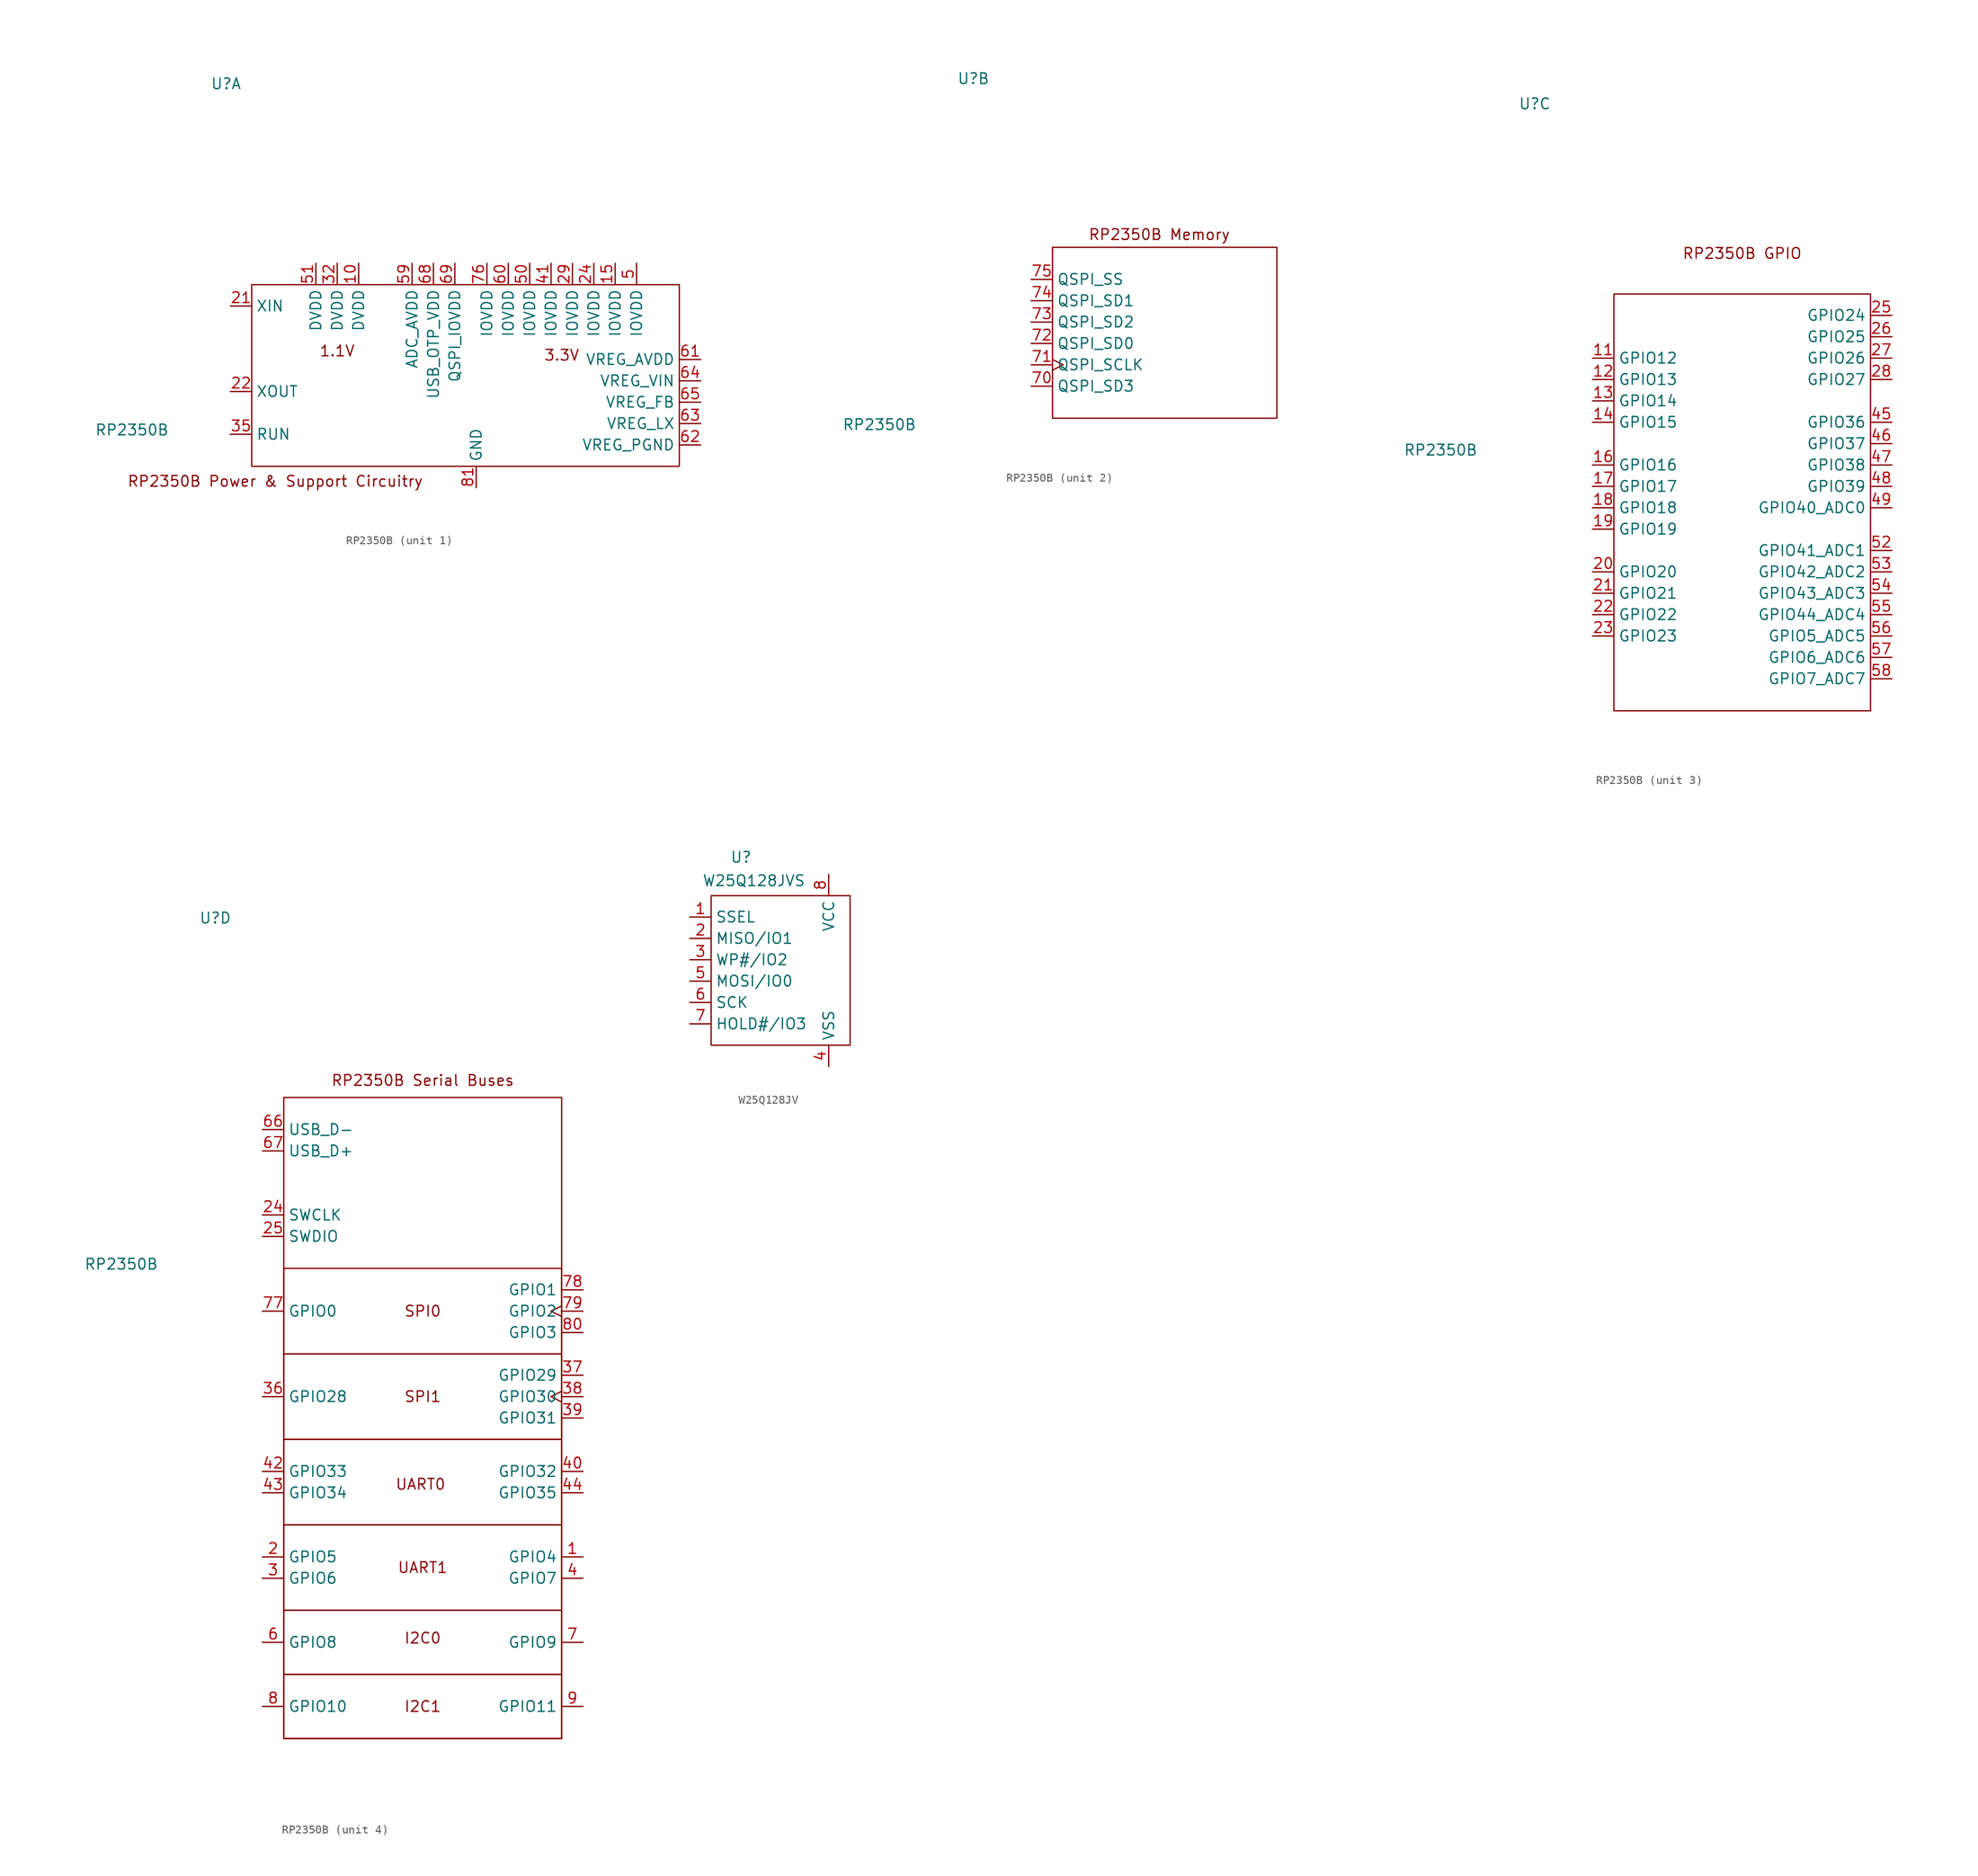
<source format=kicad_sym>
(kicad_symbol_lib
  (version 20241209)
  (generator "kicad_symbol_editor")
  (generator_version "9.0")
  (symbol "RP2350B"
    (property "Reference" "U"
      (at -24.638 30.226 0)
      (effects (font (size 1.27 1.27))))
    (property "Value" "RP2350B"
      (at -35.814 -10.922 0)
      (effects (font (size 1.27 1.27))))
    (property "ki_locked" ""
      (at 0 0 0)
      (effects (font (size 1.27 1.27))))
    (symbol "RP2350B_1_1"
      (rectangle (start -21.59 6.35) (end 29.21 -15.24) (stroke (width 0) (type default)) (fill (type none)))
      (text "RP2350B Power & Support Circuitry" (at -18.796 -17.018 0) (effects (font (size 1.27 1.27))))
      (text "1.1V" (at -11.43 -1.524 0) (effects (font (size 1.27 1.27))))
      (text "3.3V" (at 15.24 -2.032 0) (effects (font (size 1.27 1.27))))
      (pin input line (at -24.13 3.81 0) (length 2.54) (name "XIN" (effects (font (size 1.27 1.27)))) (number "21" (effects (font (size 1.27 1.27)))))
      (pin output line (at -24.13 -6.35 0) (length 2.54) (name "XOUT" (effects (font (size 1.27 1.27)))) (number "22" (effects (font (size 1.27 1.27)))))
      (pin power_in line (at -24.13 -11.43 0) (length 2.54) (name "RUN" (effects (font (size 1.27 1.27)))) (number "35" (effects (font (size 1.27 1.27)))))
      (pin power_in line (at -13.97 8.89 270) (length 2.54) (name "DVDD" (effects (font (size 1.27 1.27)))) (number "51" (effects (font (size 1.27 1.27)))))
      (pin power_in line (at -11.43 8.89 270) (length 2.54) (name "DVDD" (effects (font (size 1.27 1.27)))) (number "32" (effects (font (size 1.27 1.27)))))
      (pin power_in line (at -8.89 8.89 270) (length 2.54) (name "DVDD" (effects (font (size 1.27 1.27)))) (number "10" (effects (font (size 1.27 1.27)))))
      (pin power_in line (at -2.54 8.89 270) (length 2.54) (name "ADC_AVDD" (effects (font (size 1.27 1.27)))) (number "59" (effects (font (size 1.27 1.27)))))
      (pin power_in line (at 0 8.89 270) (length 2.54) (name "USB_OTP_VDD" (effects (font (size 1.27 1.27)))) (number "68" (effects (font (size 1.27 1.27)))))
      (pin power_in line (at 2.54 8.89 270) (length 2.54) (name "QSPI_IOVDD" (effects (font (size 1.27 1.27)))) (number "69" (effects (font (size 1.27 1.27)))))
      (pin input line (at 5.08 -17.78 90) (length 2.54) (name "GND" (effects (font (size 1.27 1.27)))) (number "81" (effects (font (size 1.27 1.27)))))
      (pin power_in line (at 6.35 8.89 270) (length 2.54) (name "IOVDD" (effects (font (size 1.27 1.27)))) (number "76" (effects (font (size 1.27 1.27)))))
      (pin power_in line (at 8.89 8.89 270) (length 2.54) (name "IOVDD" (effects (font (size 1.27 1.27)))) (number "60" (effects (font (size 1.27 1.27)))))
      (pin power_in line (at 11.43 8.89 270) (length 2.54) (name "IOVDD" (effects (font (size 1.27 1.27)))) (number "50" (effects (font (size 1.27 1.27)))))
      (pin power_in line (at 13.97 8.89 270) (length 2.54) (name "IOVDD" (effects (font (size 1.27 1.27)))) (number "41" (effects (font (size 1.27 1.27)))))
      (pin power_in line (at 16.51 8.89 270) (length 2.54) (name "IOVDD" (effects (font (size 1.27 1.27)))) (number "29" (effects (font (size 1.27 1.27)))))
      (pin power_in line (at 19.05 8.89 270) (length 2.54) (name "IOVDD" (effects (font (size 1.27 1.27)))) (number "24" (effects (font (size 1.27 1.27)))))
      (pin power_in line (at 21.59 8.89 270) (length 2.54) (name "IOVDD" (effects (font (size 1.27 1.27)))) (number "15" (effects (font (size 1.27 1.27)))))
      (pin power_in line (at 24.13 8.89 270) (length 2.54) (name "IOVDD" (effects (font (size 1.27 1.27)))) (number "5" (effects (font (size 1.27 1.27)))))
      (pin power_out line (at 31.75 -2.54 180) (length 2.54) (name "VREG_AVDD" (effects (font (size 1.27 1.27)))) (number "61" (effects (font (size 1.27 1.27)))))
      (pin power_in line (at 31.75 -5.08 180) (length 2.54) (name "VREG_VIN" (effects (font (size 1.27 1.27)))) (number "64" (effects (font (size 1.27 1.27)))))
      (pin power_in line (at 31.75 -7.62 180) (length 2.54) (name "VREG_FB" (effects (font (size 1.27 1.27)))) (number "65" (effects (font (size 1.27 1.27)))))
      (pin power_out line (at 31.75 -10.16 180) (length 2.54) (name "VREG_LX" (effects (font (size 1.27 1.27)))) (number "63" (effects (font (size 1.27 1.27)))))
      (pin input line (at 31.75 -12.7 180) (length 2.54) (name "VREG_PGND" (effects (font (size 1.27 1.27)))) (number "62" (effects (font (size 1.27 1.27))))))
    (symbol "RP2350B_2_1"
      (rectangle (start -15.24 10.16) (end 11.43 -10.16) (stroke (width 0) (type default)) (fill (type none)))
      (text "RP2350B Memory" (at -2.54 11.684 0) (effects (font (size 1.27 1.27))))
      (pin bidirectional line (at -17.78 6.35 0) (length 2.54) (name "QSPI_SS" (effects (font (size 1.27 1.27)))) (number "75" (effects (font (size 1.27 1.27)))))
      (pin bidirectional line (at -17.78 3.81 0) (length 2.54) (name "QSPI_SD1" (effects (font (size 1.27 1.27)))) (number "74" (effects (font (size 1.27 1.27)))))
      (pin bidirectional line (at -17.78 1.27 0) (length 2.54) (name "QSPI_SD2" (effects (font (size 1.27 1.27)))) (number "73" (effects (font (size 1.27 1.27)))))
      (pin bidirectional line (at -17.78 -1.27 0) (length 2.54) (name "QSPI_SD0" (effects (font (size 1.27 1.27)))) (number "72" (effects (font (size 1.27 1.27)))))
      (pin output clock (at -17.78 -3.81 0) (length 2.54) (name "QSPI_SCLK" (effects (font (size 1.27 1.27)))) (number "71" (effects (font (size 1.27 1.27)))))
      (pin bidirectional line (at -17.78 -6.35 0) (length 2.54) (name "QSPI_SD3" (effects (font (size 1.27 1.27)))) (number "70" (effects (font (size 1.27 1.27))))))
    (symbol "RP2350B_3_1"
      (rectangle (start -15.24 7.62) (end 15.24 -41.91) (stroke (width 0) (type default)) (fill (type none)))
      (text "RP2350B GPIO" (at 0 12.446 0) (effects (font (size 1.27 1.27))))
      (pin bidirectional line (at -17.78 0 0) (length 2.54) (name "GPIO12" (effects (font (size 1.27 1.27)))) (number "11" (effects (font (size 1.27 1.27)))))
      (pin bidirectional line (at -17.78 -2.54 0) (length 2.54) (name "GPIO13" (effects (font (size 1.27 1.27)))) (number "12" (effects (font (size 1.27 1.27)))))
      (pin bidirectional line (at -17.78 -5.08 0) (length 2.54) (name "GPIO14" (effects (font (size 1.27 1.27)))) (number "13" (effects (font (size 1.27 1.27)))))
      (pin bidirectional line (at -17.78 -7.62 0) (length 2.54) (name "GPIO15" (effects (font (size 1.27 1.27)))) (number "14" (effects (font (size 1.27 1.27)))))
      (pin bidirectional line (at -17.78 -12.7 0) (length 2.54) (name "GPIO16" (effects (font (size 1.27 1.27)))) (number "16" (effects (font (size 1.27 1.27)))))
      (pin bidirectional line (at -17.78 -15.24 0) (length 2.54) (name "GPIO17" (effects (font (size 1.27 1.27)))) (number "17" (effects (font (size 1.27 1.27)))))
      (pin bidirectional line (at -17.78 -17.78 0) (length 2.54) (name "GPIO18" (effects (font (size 1.27 1.27)))) (number "18" (effects (font (size 1.27 1.27)))))
      (pin bidirectional line (at -17.78 -20.32 0) (length 2.54) (name "GPIO19" (effects (font (size 1.27 1.27)))) (number "19" (effects (font (size 1.27 1.27)))))
      (pin bidirectional line (at -17.78 -25.4 0) (length 2.54) (name "GPIO20" (effects (font (size 1.27 1.27)))) (number "20" (effects (font (size 1.27 1.27)))))
      (pin bidirectional line (at -17.78 -27.94 0) (length 2.54) (name "GPIO21" (effects (font (size 1.27 1.27)))) (number "21" (effects (font (size 1.27 1.27)))))
      (pin bidirectional line (at -17.78 -30.48 0) (length 2.54) (name "GPIO22" (effects (font (size 1.27 1.27)))) (number "22" (effects (font (size 1.27 1.27)))))
      (pin bidirectional line (at -17.78 -33.02 0) (length 2.54) (name "GPIO23" (effects (font (size 1.27 1.27)))) (number "23" (effects (font (size 1.27 1.27)))))
      (pin bidirectional line (at 17.78 5.08 180) (length 2.54) (name "GPIO24" (effects (font (size 1.27 1.27)))) (number "25" (effects (font (size 1.27 1.27)))))
      (pin bidirectional line (at 17.78 2.54 180) (length 2.54) (name "GPIO25" (effects (font (size 1.27 1.27)))) (number "26" (effects (font (size 1.27 1.27)))))
      (pin bidirectional line (at 17.78 0 180) (length 2.54) (name "GPIO26" (effects (font (size 1.27 1.27)))) (number "27" (effects (font (size 1.27 1.27)))))
      (pin bidirectional line (at 17.78 -2.54 180) (length 2.54) (name "GPIO27" (effects (font (size 1.27 1.27)))) (number "28" (effects (font (size 1.27 1.27)))))
      (pin bidirectional line (at 17.78 -7.62 180) (length 2.54) (name "GPIO36" (effects (font (size 1.27 1.27)))) (number "45" (effects (font (size 1.27 1.27)))))
      (pin bidirectional line (at 17.78 -10.16 180) (length 2.54) (name "GPIO37" (effects (font (size 1.27 1.27)))) (number "46" (effects (font (size 1.27 1.27)))))
      (pin bidirectional line (at 17.78 -12.7 180) (length 2.54) (name "GPIO38" (effects (font (size 1.27 1.27)))) (number "47" (effects (font (size 1.27 1.27)))))
      (pin bidirectional line (at 17.78 -15.24 180) (length 2.54) (name "GPIO39" (effects (font (size 1.27 1.27)))) (number "48" (effects (font (size 1.27 1.27)))))
      (pin bidirectional line (at 17.78 -17.78 180) (length 2.54) (name "GPIO40_ADC0" (effects (font (size 1.27 1.27)))) (number "49" (effects (font (size 1.27 1.27)))))
      (pin bidirectional line (at 17.78 -22.86 180) (length 2.54) (name "GPIO41_ADC1" (effects (font (size 1.27 1.27)))) (number "52" (effects (font (size 1.27 1.27)))))
      (pin bidirectional line (at 17.78 -25.4 180) (length 2.54) (name "GPIO42_ADC2" (effects (font (size 1.27 1.27)))) (number "53" (effects (font (size 1.27 1.27)))))
      (pin bidirectional line (at 17.78 -27.94 180) (length 2.54) (name "GPIO43_ADC3" (effects (font (size 1.27 1.27)))) (number "54" (effects (font (size 1.27 1.27)))))
      (pin bidirectional line (at 17.78 -30.48 180) (length 2.54) (name "GPIO44_ADC4" (effects (font (size 1.27 1.27)))) (number "55" (effects (font (size 1.27 1.27)))))
      (pin bidirectional line (at 17.78 -33.02 180) (length 2.54) (name "GPIO5_ADC5" (effects (font (size 1.27 1.27)))) (number "56" (effects (font (size 1.27 1.27)))))
      (pin bidirectional line (at 17.78 -35.56 180) (length 2.54) (name "GPIO6_ADC6" (effects (font (size 1.27 1.27)))) (number "57" (effects (font (size 1.27 1.27)))))
      (pin bidirectional line (at 17.78 -38.1 180) (length 2.54) (name "GPIO7_ADC7" (effects (font (size 1.27 1.27)))) (number "58" (effects (font (size 1.27 1.27))))))
    (symbol "RP2350B_4_1"
      (rectangle (start -16.51 8.89) (end 16.51 -67.31) (stroke (width 0) (type default)) (fill (type none)))
      (rectangle (start -16.51 -11.43) (end 16.51 -21.59) (stroke (width 0) (type solid)) (fill (type none)))
      (rectangle (start -16.51 -21.59) (end 16.51 -31.75) (stroke (width 0) (type solid)) (fill (type none)))
      (rectangle (start -16.51 -31.75) (end 16.51 -41.91) (stroke (width 0) (type solid)) (fill (type none)))
      (rectangle (start -16.51 -41.91) (end 16.51 -52.07) (stroke (width 0) (type solid)) (fill (type none)))
      (rectangle (start -16.51 -52.07) (end 16.51 -59.69) (stroke (width 0) (type solid)) (fill (type none)))
      (rectangle (start -16.51 -59.69) (end 16.51 -67.31) (stroke (width 0) (type solid)) (fill (type none)))
      (text "UART0\n" (at -0.254 -37.084 0) (effects (font (size 1.27 1.27))))
      (text "RP2350B Serial Buses" (at 0 10.922 0) (effects (font (size 1.27 1.27))))
      (text "SPI0" (at 0 -16.51 0) (effects (font (size 1.27 1.27))))
      (text "SPI1" (at 0 -26.67 0) (effects (font (size 1.27 1.27))))
      (text "UART1" (at 0 -46.99 0) (effects (font (size 1.27 1.27))))
      (text "I2C0\n" (at 0 -55.372 0) (effects (font (size 1.27 1.27))))
      (text "I2C1\n" (at 0 -63.5 0) (effects (font (size 1.27 1.27))))
      (pin bidirectional line (at -19.05 5.08 0) (length 2.54) (name "USB_D-" (effects (font (size 1.27 1.27)))) (number "66" (effects (font (size 1.27 1.27)))))
      (pin bidirectional line (at -19.05 2.54 0) (length 2.54) (name "USB_D+" (effects (font (size 1.27 1.27)))) (number "67" (effects (font (size 1.27 1.27)))))
      (pin input line (at -19.05 -5.08 0) (length 2.54) (name "SWCLK" (effects (font (size 1.27 1.27)))) (number "24" (effects (font (size 1.27 1.27)))))
      (pin input line (at -19.05 -7.62 0) (length 2.54) (name "SWDIO" (effects (font (size 1.27 1.27)))) (number "25" (effects (font (size 1.27 1.27)))))
      (pin input line (at -19.05 -16.51 0) (length 2.54) (name "GPIO0" (effects (font (size 1.27 1.27)))) (number "77" (effects (font (size 1.27 1.27)))) (alternate "SPI0 MISO" input line))
      (pin input line (at -19.05 -26.67 0) (length 2.54) (name "GPIO28" (effects (font (size 1.27 1.27)))) (number "36" (effects (font (size 1.27 1.27)))) (alternate "SPI1 MISO" input line))
      (pin input line (at -19.05 -35.56 0) (length 2.54) (name "GPIO33" (effects (font (size 1.27 1.27)))) (number "42" (effects (font (size 1.27 1.27)))) (alternate "UART0 RX" bidirectional line))
      (pin input line (at -19.05 -38.1 0) (length 2.54) (name "GPIO34" (effects (font (size 1.27 1.27)))) (number "43" (effects (font (size 1.27 1.27)))) (alternate "UART0 CTS" bidirectional line))
      (pin input line (at -19.05 -45.72 0) (length 2.54) (name "GPIO5" (effects (font (size 1.27 1.27)))) (number "2" (effects (font (size 1.27 1.27)))) (alternate "UART1 RX" input line))
      (pin input line (at -19.05 -48.26 0) (length 2.54) (name "GPIO6" (effects (font (size 1.27 1.27)))) (number "3" (effects (font (size 1.27 1.27)))) (alternate "UART1 CTS" bidirectional line))
      (pin bidirectional line (at -19.05 -55.88 0) (length 2.54) (name "GPIO8" (effects (font (size 1.27 1.27)))) (number "6" (effects (font (size 1.27 1.27)))) (alternate "I2C0 SDA" bidirectional line))
      (pin bidirectional line (at -19.05 -63.5 0) (length 2.54) (name "GPIO10" (effects (font (size 1.27 1.27)))) (number "8" (effects (font (size 1.27 1.27)))) (alternate "I2C1 SDA" bidirectional line))
      (pin output line (at 19.05 -13.97 180) (length 2.54) (name "GPIO1" (effects (font (size 1.27 1.27)))) (number "78" (effects (font (size 1.27 1.27)))) (alternate "SPI1 CS0" output line))
      (pin output clock (at 19.05 -16.51 180) (length 2.54) (name "GPIO2" (effects (font (size 1.27 1.27)))) (number "79" (effects (font (size 1.27 1.27)))) (alternate "SPI0 SCK" output clock))
      (pin output line (at 19.05 -19.05 180) (length 2.54) (name "GPIO3" (effects (font (size 1.27 1.27)))) (number "80" (effects (font (size 1.27 1.27)))) (alternate "SPI0 MOSI" output line))
      (pin output line (at 19.05 -24.13 180) (length 2.54) (name "GPIO29" (effects (font (size 1.27 1.27)))) (number "37" (effects (font (size 1.27 1.27)))) (alternate "SPI1 CS0" output line))
      (pin output clock (at 19.05 -26.67 180) (length 2.54) (name "GPIO30" (effects (font (size 1.27 1.27)))) (number "38" (effects (font (size 1.27 1.27)))) (alternate "SPI1 SCK" output clock))
      (pin output line (at 19.05 -29.21 180) (length 2.54) (name "GPIO31" (effects (font (size 1.27 1.27)))) (number "39" (effects (font (size 1.27 1.27)))) (alternate "SPI1 MOSI" output line))
      (pin output line (at 19.05 -35.56 180) (length 2.54) (name "GPIO32" (effects (font (size 1.27 1.27)))) (number "40" (effects (font (size 1.27 1.27)))) (alternate "UART0 TX" output line))
      (pin output line (at 19.05 -38.1 180) (length 2.54) (name "GPIO35" (effects (font (size 1.27 1.27)))) (number "44" (effects (font (size 1.27 1.27)))) (alternate "UART0 RTS" bidirectional line))
      (pin output line (at 19.05 -45.72 180) (length 2.54) (name "GPIO4" (effects (font (size 1.27 1.27)))) (number "1" (effects (font (size 1.27 1.27)))) (alternate "UART1 TX" output line))
      (pin output line (at 19.05 -48.26 180) (length 2.54) (name "GPIO7" (effects (font (size 1.27 1.27)))) (number "4" (effects (font (size 1.27 1.27)))) (alternate "UART1 RTS" output line))
      (pin output line (at 19.05 -55.88 180) (length 2.54) (name "GPIO9" (effects (font (size 1.27 1.27)))) (number "7" (effects (font (size 1.27 1.27)))) (alternate "I2C0 SCL" bidirectional line))
      (pin output line (at 19.05 -63.5 180) (length 2.54) (name "GPIO11" (effects (font (size 1.27 1.27)))) (number "9" (effects (font (size 1.27 1.27)))) (alternate "I2C1 SCL" output line))))
  (symbol "W25Q128JV"
    (property "Reference" "U"
      (at -6.604 14.732 0)
      (effects (font (size 1.27 1.27))))
    (property "Value" "W25Q128JVS"
      (at -5.08 11.938 0)
      (effects (font (size 1.27 1.27))))
    (symbol "W25Q128JV_0_1"
      (rectangle (start -10.16 10.16) (end 6.35 -7.62) (stroke (width 0) (type default)) (fill (type none))))
    (symbol "W25Q128JV_1_1"
      (pin input line (at -12.7 7.62 0) (length 2.54) (name "SSEL" (effects (font (size 1.27 1.27)))) (number "1" (effects (font (size 1.27 1.27)))))
      (pin input line (at -12.7 5.08 0) (length 2.54) (name "MISO/IO1" (effects (font (size 1.27 1.27)))) (number "2" (effects (font (size 1.27 1.27)))))
      (pin input line (at -12.7 2.54 0) (length 2.54) (name "WP#/IO2" (effects (font (size 1.27 1.27)))) (number "3" (effects (font (size 1.27 1.27)))))
      (pin input line (at -12.7 0 0) (length 2.54) (name "MOSI/IO0" (effects (font (size 1.27 1.27)))) (number "5" (effects (font (size 1.27 1.27)))))
      (pin input line (at -12.7 -2.54 0) (length 2.54) (name "SCK" (effects (font (size 1.27 1.27)))) (number "6" (effects (font (size 1.27 1.27)))))
      (pin input line (at -12.7 -5.08 0) (length 2.54) (name "HOLD#/IO3" (effects (font (size 1.27 1.27)))) (number "7" (effects (font (size 1.27 1.27)))))
      (pin power_in line (at 3.81 12.7 270) (length 2.54) (name "VCC" (effects (font (size 1.27 1.27)))) (number "8" (effects (font (size 1.27 1.27)))))
      (pin power_out line (at 3.81 -10.16 90) (length 2.54) (name "VSS" (effects (font (size 1.27 1.27)))) (number "4" (effects (font (size 1.27 1.27))))))))
</source>
